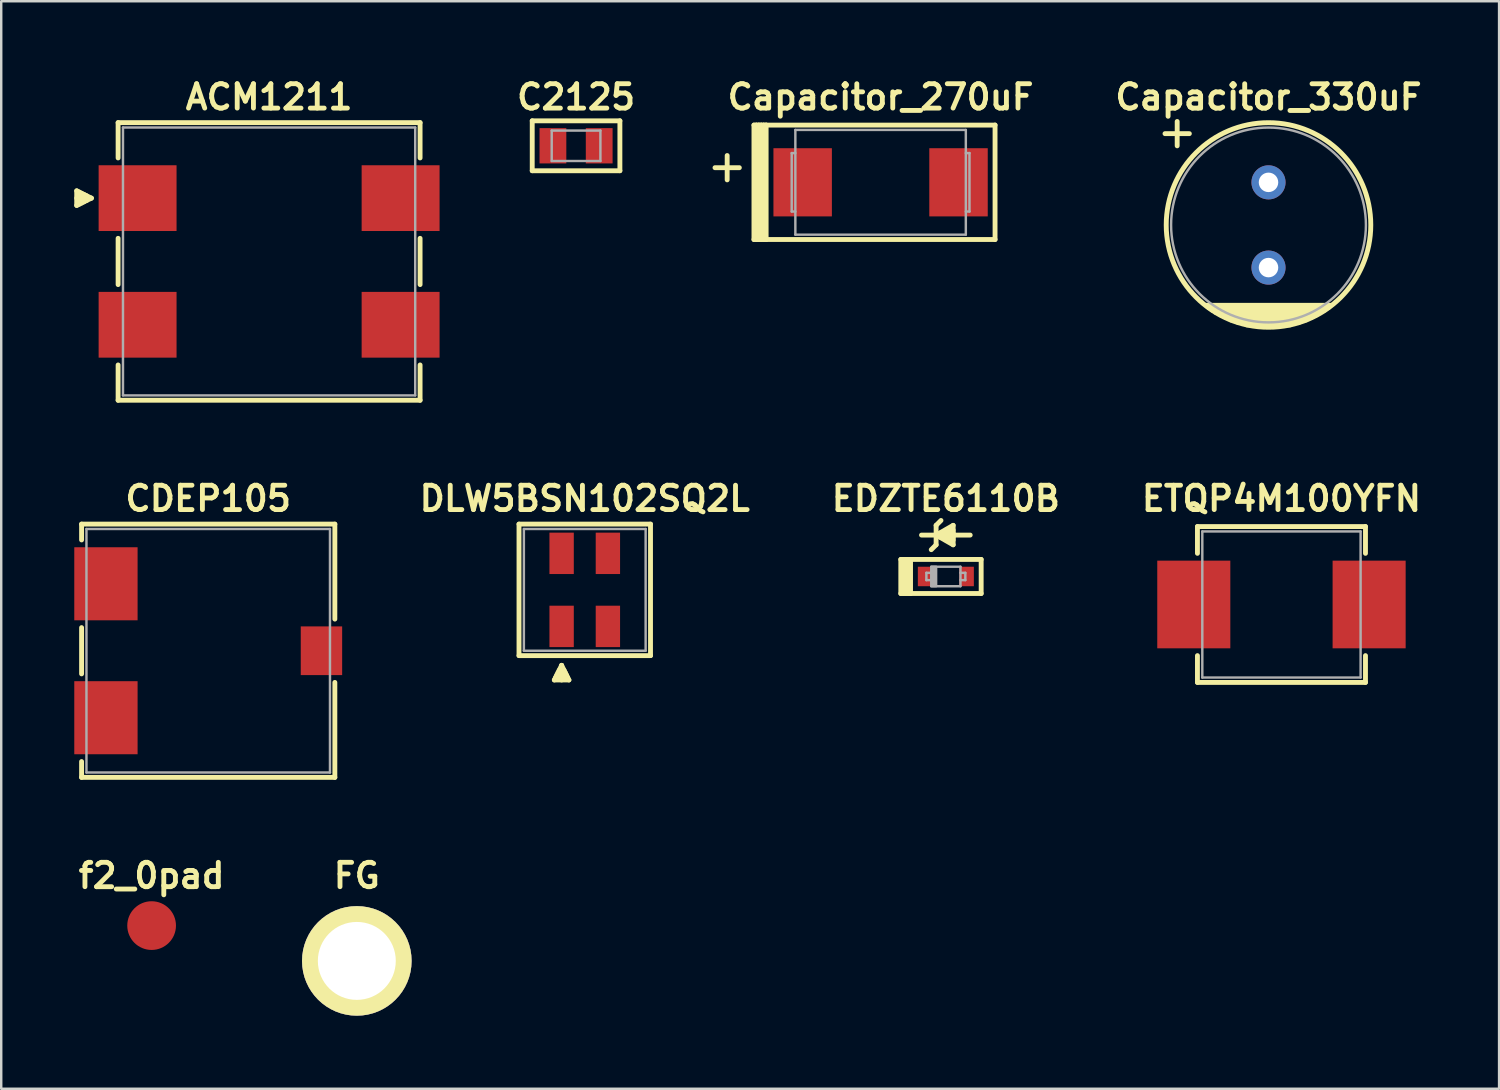
<source format=kicad_pcb>
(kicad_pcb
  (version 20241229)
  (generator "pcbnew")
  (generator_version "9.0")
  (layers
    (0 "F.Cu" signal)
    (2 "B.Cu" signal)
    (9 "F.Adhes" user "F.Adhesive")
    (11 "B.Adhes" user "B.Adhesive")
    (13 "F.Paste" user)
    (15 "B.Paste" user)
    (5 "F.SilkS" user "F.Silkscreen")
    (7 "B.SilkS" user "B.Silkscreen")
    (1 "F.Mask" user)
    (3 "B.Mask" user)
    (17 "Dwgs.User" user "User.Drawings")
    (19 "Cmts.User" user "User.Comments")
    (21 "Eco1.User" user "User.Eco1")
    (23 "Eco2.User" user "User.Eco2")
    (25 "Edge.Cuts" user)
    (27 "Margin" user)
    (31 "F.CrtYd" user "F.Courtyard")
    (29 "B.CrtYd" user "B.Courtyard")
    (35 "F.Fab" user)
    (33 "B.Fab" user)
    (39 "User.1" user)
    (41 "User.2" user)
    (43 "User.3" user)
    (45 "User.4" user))
  (footprint "Capacitor_270uF"
    (layer "F.Cu")
    (at 33.11 4.436)
    (property "Reference" "Capacitor_270uF" (at 0 -3.5 0) (layer "F.SilkS") (effects (font (size 1 1) (thickness 0.2))))
    (attr through_hole)
    (fp_line (start -6.3 -0.1) (end -6.3 -1.1) (stroke (width 0.2) (type solid)) (layer "F.SilkS"))
    (fp_line (start -5.8 -0.6) (end -6.8 -0.6) (stroke (width 0.2) (type solid)) (layer "F.SilkS"))
    (fp_line (start -5.2 -2.35) (end -5.2 2.35) (stroke (width 0.2) (type solid)) (layer "F.SilkS"))
    (fp_line (start -5.2 2.35) (end -5.1 2.35) (stroke (width 0.2) (type solid)) (layer "F.SilkS"))
    (fp_line (start -5.1 -2.35) (end -5.2 -2.35) (stroke (width 0.2) (type solid)) (layer "F.SilkS"))
    (fp_line (start -5.1 -2.35) (end -5 -2.35) (stroke (width 0.2) (type solid)) (layer "F.SilkS"))
    (fp_line (start -5.1 2.35) (end -5.1 -2.35) (stroke (width 0.2) (type solid)) (layer "F.SilkS"))
    (fp_line (start -5 -2.35) (end -5 2.35) (stroke (width 0.2) (type solid)) (layer "F.SilkS"))
    (fp_line (start -5 2.35) (end -5.1 2.35) (stroke (width 0.2) (type solid)) (layer "F.SilkS"))
    (fp_line (start -5 2.35) (end -4.9 2.35) (stroke (width 0.2) (type solid)) (layer "F.SilkS"))
    (fp_line (start -4.9 -2.35) (end -5 -2.35) (stroke (width 0.2) (type solid)) (layer "F.SilkS"))
    (fp_line (start -4.9 -2.35) (end -4.8 -2.35) (stroke (width 0.2) (type solid)) (layer "F.SilkS"))
    (fp_line (start -4.9 2.35) (end -4.9 -2.35) (stroke (width 0.2) (type solid)) (layer "F.SilkS"))
    (fp_line (start -4.8 -2.35) (end -4.8 2.35) (stroke (width 0.2) (type solid)) (layer "F.SilkS"))
    (fp_line (start -4.8 2.35) (end -4.9 2.35) (stroke (width 0.2) (type solid)) (layer "F.SilkS"))
    (fp_line (start -4.7 -2.35) (end -4.8 -2.35) (stroke (width 0.2) (type solid)) (layer "F.SilkS"))
    (fp_line (start -4.7 -2.35) (end 4.7 -2.35) (stroke (width 0.2) (type solid)) (layer "F.SilkS"))
    (fp_line (start -4.7 2.35) (end -4.8 2.35) (stroke (width 0.2) (type solid)) (layer "F.SilkS"))
    (fp_line (start -4.7 2.35) (end -4.7 -2.35) (stroke (width 0.2) (type solid)) (layer "F.SilkS"))
    (fp_line (start -4.7 2.35) (end 4.7 2.35) (stroke (width 0.2) (type solid)) (layer "F.SilkS"))
    (fp_line (start 4.7 -2.35) (end 4.7 2.35) (stroke (width 0.2) (type solid)) (layer "F.SilkS"))
    (fp_line (start -3.65 -1.2) (end -3.65 1.2) (stroke (width 0.1) (type solid)) (layer "F.Fab"))
    (fp_line (start -3.65 1.2) (end -3.5 1.2) (stroke (width 0.1) (type solid)) (layer "F.Fab"))
    (fp_line (start -3.5 -2.15) (end -3.5 2.15) (stroke (width 0.1) (type solid)) (layer "F.Fab"))
    (fp_line (start -3.5 -1.2) (end -3.65 -1.2) (stroke (width 0.1) (type solid)) (layer "F.Fab"))
    (fp_line (start -3.5 2.15) (end 3.5 2.15) (stroke (width 0.1) (type solid)) (layer "F.Fab"))
    (fp_line (start 3.5 -2.15) (end -3.5 -2.15) (stroke (width 0.1) (type solid)) (layer "F.Fab"))
    (fp_line (start 3.5 -1.2) (end 3.65 -1.2) (stroke (width 0.1) (type solid)) (layer "F.Fab"))
    (fp_line (start 3.5 2.15) (end 3.5 -2.15) (stroke (width 0.1) (type solid)) (layer "F.Fab"))
    (fp_line (start 3.65 -1.2) (end 3.65 1.2) (stroke (width 0.1) (type solid)) (layer "F.Fab"))
    (fp_line (start 3.65 1.2) (end 3.5 1.2) (stroke (width 0.1) (type solid)) (layer "F.Fab"))
    (pad "1" smd rect (at -3.2 0) (size 2.4 2.8) (layers "F.Cu" "F.Mask" "F.Paste"))
    (pad "2" smd rect (at 3.2 0) (size 2.4 2.8) (layers "F.Cu" "F.Mask" "F.Paste")))
  (footprint "CDEP105"
    (layer "F.Cu")
    (at 5.5 23.672)
    (property "Reference" "CDEP105" (at 0 -6.25 0) (layer "F.SilkS") (effects (font (size 1 1) (thickness 0.2))))
    (attr through_hole)
    (fp_line (start -5.2 -5.2) (end -5.2 -4.55) (stroke (width 0.2) (type solid)) (layer "F.SilkS"))
    (fp_line (start -5.2 -5.2) (end 5.2 -5.2) (stroke (width 0.2) (type solid)) (layer "F.SilkS"))
    (fp_line (start -5.2 0.95) (end -5.2 -0.95) (stroke (width 0.2) (type solid)) (layer "F.SilkS"))
    (fp_line (start -5.2 5.2) (end -5.2 4.55) (stroke (width 0.2) (type solid)) (layer "F.SilkS"))
    (fp_line (start 5.2 -5.2) (end 5.2 -1.3) (stroke (width 0.2) (type solid)) (layer "F.SilkS"))
    (fp_line (start 5.2 1.3) (end 5.2 5.2) (stroke (width 0.2) (type solid)) (layer "F.SilkS"))
    (fp_line (start 5.2 5.2) (end -5.2 5.2) (stroke (width 0.2) (type solid)) (layer "F.SilkS"))
    (fp_line (start -5 -5) (end 5 -5) (stroke (width 0.1) (type solid)) (layer "F.Fab"))
    (fp_line (start -5 5) (end -5 -5) (stroke (width 0.1) (type solid)) (layer "F.Fab"))
    (fp_line (start 5 -5) (end 5 5) (stroke (width 0.1) (type solid)) (layer "F.Fab"))
    (fp_line (start 5 5) (end -5 5) (stroke (width 0.1) (type solid)) (layer "F.Fab"))
    (pad "1" smd rect (at -4.2 -2.75) (size 2.6 3) (layers "F.Cu" "F.Mask" "F.Paste"))
    (pad "2" smd rect (at -4.2 2.75) (size 2.6 3) (layers "F.Cu" "F.Mask" "F.Paste"))
    (pad "3" smd rect (at 4.65 0) (size 1.7 2) (layers "F.Cu" "F.Mask" "F.Paste")))
  (footprint "EDZTE6110B"
    (layer "F.Cu")
    (at 35.79 20.622)
    (property "Reference" "EDZTE6110B" (at 0 -3.2 0) (layer "F.SilkS") (effects (font (size 1 1) (thickness 0.2))))
    (attr through_hole)
    (fp_line (start -1.85 -0.7) (end -1.85 0.7) (stroke (width 0.2) (type solid)) (layer "F.SilkS"))
    (fp_line (start -1.85 -0.7) (end -1.45 -0.7) (stroke (width 0.2) (type solid)) (layer "F.SilkS"))
    (fp_line (start -1.85 0.7) (end -1.45 0.7) (stroke (width 0.2) (type solid)) (layer "F.SilkS"))
    (fp_line (start -1.75 0.7) (end -1.75 -0.7) (stroke (width 0.2) (type solid)) (layer "F.SilkS"))
    (fp_line (start -1.65 -0.7) (end -1.65 0.7) (stroke (width 0.2) (type solid)) (layer "F.SilkS"))
    (fp_line (start -1.55 -0.7) (end -1.55 0.7) (stroke (width 0.2) (type solid)) (layer "F.SilkS"))
    (fp_line (start -1.45 -0.7) (end -1.45 0.7) (stroke (width 0.2) (type solid)) (layer "F.SilkS"))
    (fp_line (start -1.45 0.7) (end 1.45 0.7) (stroke (width 0.2) (type solid)) (layer "F.SilkS"))
    (fp_line (start -0.4 -2.1) (end -0.4 -1.3) (stroke (width 0.2) (type solid)) (layer "F.SilkS"))
    (fp_line (start -0.4 -2.1) (end -0.2 -2.3) (stroke (width 0.2) (type solid)) (layer "F.SilkS"))
    (fp_line (start -0.4 -1.7) (end -1 -1.7) (stroke (width 0.2) (type solid)) (layer "F.SilkS"))
    (fp_line (start -0.4 -1.7) (end 0.3 -1.7) (stroke (width 0.2) (type solid)) (layer "F.SilkS"))
    (fp_line (start -0.4 -1.7) (end 0.3 -1.3) (stroke (width 0.2) (type solid)) (layer "F.SilkS"))
    (fp_line (start -0.4 -1.3) (end -0.6 -1.1) (stroke (width 0.2) (type solid)) (layer "F.SilkS"))
    (fp_line (start 0.3 -2.1) (end -0.4 -1.7) (stroke (width 0.2) (type solid)) (layer "F.SilkS"))
    (fp_line (start 0.3 -1.9) (end 0 -1.9) (stroke (width 0.2) (type solid)) (layer "F.SilkS"))
    (fp_line (start 0.3 -1.8) (end -0.2 -1.8) (stroke (width 0.2) (type solid)) (layer "F.SilkS"))
    (fp_line (start 0.3 -1.7) (end 1 -1.7) (stroke (width 0.2) (type solid)) (layer "F.SilkS"))
    (fp_line (start 0.3 -1.6) (end -0.2 -1.6) (stroke (width 0.2) (type solid)) (layer "F.SilkS"))
    (fp_line (start 0.3 -1.5) (end 0 -1.5) (stroke (width 0.2) (type solid)) (layer "F.SilkS"))
    (fp_line (start 0.3 -1.3) (end 0.3 -2.1) (stroke (width 0.2) (type solid)) (layer "F.SilkS"))
    (fp_line (start 1.45 -0.7) (end -1.45 -0.7) (stroke (width 0.2) (type solid)) (layer "F.SilkS"))
    (fp_line (start 1.45 0.7) (end 1.45 -0.7) (stroke (width 0.2) (type solid)) (layer "F.SilkS"))
    (fp_line (start -0.8 -0.15) (end -0.8 0.15) (stroke (width 0.1) (type solid)) (layer "F.Fab"))
    (fp_line (start -0.8 0.15) (end -0.6 0.15) (stroke (width 0.1) (type solid)) (layer "F.Fab"))
    (fp_line (start -0.6 -0.4) (end -0.6 0.4) (stroke (width 0.1) (type solid)) (layer "F.Fab"))
    (fp_line (start -0.6 -0.15) (end -0.8 -0.15) (stroke (width 0.1) (type solid)) (layer "F.Fab"))
    (fp_line (start -0.6 0.4) (end 0.6 0.4) (stroke (width 0.1) (type solid)) (layer "F.Fab"))
    (fp_line (start -0.55 0.4) (end -0.55 -0.4) (stroke (width 0.1) (type solid)) (layer "F.Fab"))
    (fp_line (start -0.5 -0.4) (end -0.5 0.4) (stroke (width 0.1) (type solid)) (layer "F.Fab"))
    (fp_line (start -0.45 0.4) (end -0.45 -0.4) (stroke (width 0.1) (type solid)) (layer "F.Fab"))
    (fp_line (start -0.4 -0.4) (end -0.4 0.4) (stroke (width 0.1) (type solid)) (layer "F.Fab"))
    (fp_line (start 0.6 -0.4) (end -0.6 -0.4) (stroke (width 0.1) (type solid)) (layer "F.Fab"))
    (fp_line (start 0.6 -0.15) (end 0.8 -0.15) (stroke (width 0.1) (type solid)) (layer "F.Fab"))
    (fp_line (start 0.6 0.4) (end 0.6 -0.4) (stroke (width 0.1) (type solid)) (layer "F.Fab"))
    (fp_line (start 0.8 -0.15) (end 0.8 0.15) (stroke (width 0.1) (type solid)) (layer "F.Fab"))
    (fp_line (start 0.8 0.15) (end 0.6 0.15) (stroke (width 0.1) (type solid)) (layer "F.Fab"))
    (pad "1" smd rect (at -0.85 0) (size 0.6 0.8) (layers "F.Cu" "F.Mask" "F.Paste"))
    (pad "2" smd rect (at 0.85 0) (size 0.6 0.8) (layers "F.Cu" "F.Mask" "F.Paste")))
  (footprint "DLW5BSN102SQ2L"
    (layer "F.Cu")
    (at 20.962 21.172)
    (property "Reference" "DLW5BSN102SQ2L" (at 0 -3.75 0) (layer "F.SilkS") (effects (font (size 1 1) (thickness 0.2))))
    (attr through_hole)
    (fp_line (start -2.7 -2.7) (end -2.7 2.7) (stroke (width 0.2) (type solid)) (layer "F.SilkS"))
    (fp_line (start -2.7 2.7) (end 2.7 2.7) (stroke (width 0.2) (type solid)) (layer "F.SilkS"))
    (fp_line (start -1.25 3.7) (end -0.65 3.7) (stroke (width 0.2) (type solid)) (layer "F.SilkS"))
    (fp_line (start -1.2 3.6) (end -0.7 3.6) (stroke (width 0.2) (type solid)) (layer "F.SilkS"))
    (fp_line (start -1.15 3.5) (end -0.75 3.5) (stroke (width 0.2) (type solid)) (layer "F.SilkS"))
    (fp_line (start -1.1 3.4) (end -0.8 3.4) (stroke (width 0.2) (type solid)) (layer "F.SilkS"))
    (fp_line (start -1.05 3.3) (end -0.85 3.3) (stroke (width 0.2) (type solid)) (layer "F.SilkS"))
    (fp_line (start -0.95 3.1) (end -1.25 3.7) (stroke (width 0.2) (type solid)) (layer "F.SilkS"))
    (fp_line (start -0.95 3.7) (end -0.95 3.1) (stroke (width 0.2) (type solid)) (layer "F.SilkS"))
    (fp_line (start -0.65 3.7) (end -0.95 3.1) (stroke (width 0.2) (type solid)) (layer "F.SilkS"))
    (fp_line (start 2.7 -2.7) (end -2.7 -2.7) (stroke (width 0.2) (type solid)) (layer "F.SilkS"))
    (fp_line (start 2.7 2.7) (end 2.7 -2.7) (stroke (width 0.2) (type solid)) (layer "F.SilkS"))
    (fp_line (start -2.5 -2.5) (end -2.5 2.5) (stroke (width 0.1) (type solid)) (layer "F.Fab"))
    (fp_line (start -2.5 2.5) (end 2.5 2.5) (stroke (width 0.1) (type solid)) (layer "F.Fab"))
    (fp_line (start 2.5 -2.5) (end -2.5 -2.5) (stroke (width 0.1) (type solid)) (layer "F.Fab"))
    (fp_line (start 2.5 2.5) (end 2.5 -2.5) (stroke (width 0.1) (type solid)) (layer "F.Fab"))
    (pad "1" smd rect (at -0.95 1.5) (size 1 1.7) (layers "F.Cu" "F.Mask"))
    (pad "2" smd rect (at 0.95 1.5) (size 1 1.7) (layers "F.Cu" "F.Mask"))
    (pad "3" smd rect (at 0.95 -1.5) (size 1 1.7) (layers "F.Cu" "F.Mask"))
    (pad "4" smd rect (at -0.95 -1.5) (size 1 1.7) (layers "F.Cu" "F.Mask")))
  (footprint "C2125"
    (layer "F.Cu")
    (at 20.605 2.936)
    (property "Reference" "C2125" (at 0 -2 0) (layer "F.SilkS") (effects (font (size 1 1) (thickness 0.2))))
    (attr through_hole)
    (fp_line (start -1.8 -1.025) (end -1.8 1.025) (stroke (width 0.2) (type solid)) (layer "F.SilkS"))
    (fp_line (start -1.8 1.025) (end 1.8 1.025) (stroke (width 0.2) (type solid)) (layer "F.SilkS"))
    (fp_line (start 1.8 -1.025) (end -1.8 -1.025) (stroke (width 0.2) (type solid)) (layer "F.SilkS"))
    (fp_line (start 1.8 1.025) (end 1.8 -1.025) (stroke (width 0.2) (type solid)) (layer "F.SilkS"))
    (fp_line (start -1 -0.625) (end -1 0.625) (stroke (width 0.1) (type solid)) (layer "F.Fab"))
    (fp_line (start -1 0.625) (end 1 0.625) (stroke (width 0.1) (type solid)) (layer "F.Fab"))
    (fp_line (start 1 -0.625) (end -1 -0.625) (stroke (width 0.1) (type solid)) (layer "F.Fab"))
    (fp_line (start 1 0.625) (end 1 -0.625) (stroke (width 0.1) (type solid)) (layer "F.Fab"))
    (pad "1" smd rect (at -0.95 0) (size 1.1 1.45) (layers "F.Cu" "F.Mask" "F.Paste"))
    (pad "2" smd rect (at 0.95 0) (size 1.1 1.45) (layers "F.Cu" "F.Mask" "F.Paste")))
  (footprint "ETQP4M100YFN"
    (placed yes)
    (layer "F.Cu")
    (at 49.571 21.772)
    (property "Reference" "ETQP4M100YFN" (at 0 -4.35 0) (layer "F.SilkS") (effects (font (size 1 1) (thickness 0.2))))
    (attr through_hole)
    (fp_line (start -3.45 -3.2) (end -3.45 -2.1) (stroke (width 0.2) (type solid)) (layer "F.SilkS"))
    (fp_line (start -3.45 3.2) (end -3.45 2.1) (stroke (width 0.2) (type solid)) (layer "F.SilkS"))
    (fp_line (start -3.45 3.2) (end 3.45 3.2) (stroke (width 0.2) (type solid)) (layer "F.SilkS"))
    (fp_line (start 3.45 -3.2) (end -3.45 -3.2) (stroke (width 0.2) (type solid)) (layer "F.SilkS"))
    (fp_line (start 3.45 -3.2) (end 3.45 -2.1) (stroke (width 0.2) (type solid)) (layer "F.SilkS"))
    (fp_line (start 3.45 3.2) (end 3.45 2.1) (stroke (width 0.2) (type solid)) (layer "F.SilkS"))
    (fp_line (start -3.25 -3) (end -3.25 3) (stroke (width 0.1) (type solid)) (layer "F.Fab"))
    (fp_line (start -3.25 3) (end 3.25 3) (stroke (width 0.1) (type solid)) (layer "F.Fab"))
    (fp_line (start 3.25 -3) (end -3.25 -3) (stroke (width 0.1) (type solid)) (layer "F.Fab"))
    (fp_line (start 3.25 3) (end 3.25 -3) (stroke (width 0.1) (type solid)) (layer "F.Fab"))
    (pad "1" smd rect (at -3.6 0) (size 3 3.6) (layers "F.Cu" "F.Mask" "F.Paste"))
    (pad "2" smd rect (at 3.6 0) (size 3 3.6) (layers "F.Cu" "F.Mask" "F.Paste")))
  (footprint "Capacitor_330uF"
    (layer "F.Cu")
    (at 49.039 6.188)
    (property "Reference" "Capacitor_330uF" (at 0 -5.25 0) (layer "F.SilkS") (effects (font (size 1.001 1.001) (thickness 0.201))))
    (attr through_hole)
    (fp_line (start -4.25 -3.75) (end -3.25 -3.75) (stroke (width 0.2) (type solid)) (layer "F.SilkS"))
    (fp_line (start -3.75 -4.25) (end -3.75 -3.25) (stroke (width 0.2) (type solid)) (layer "F.SilkS"))
    (fp_line (start -2.55 3.3) (end 2.55 3.3) (stroke (width 0.2) (type solid)) (layer "F.SilkS"))
    (fp_line (start -2.45 3.4) (end 2.45 3.4) (stroke (width 0.2) (type solid)) (layer "F.SilkS"))
    (fp_line (start -2.3 3.5) (end 2.3 3.5) (stroke (width 0.2) (type solid)) (layer "F.SilkS"))
    (fp_line (start -2.15 3.6) (end 2.1 3.6) (stroke (width 0.2) (type solid)) (layer "F.SilkS"))
    (fp_line (start -1.95 3.7) (end 1.95 3.7) (stroke (width 0.2) (type solid)) (layer "F.SilkS"))
    (fp_line (start -1.75 3.8) (end 1.75 3.8) (stroke (width 0.2) (type solid)) (layer "F.SilkS"))
    (fp_line (start -1.55 3.9) (end 1.55 3.9) (stroke (width 0.2) (type solid)) (layer "F.SilkS"))
    (fp_line (start -1.25 4) (end 1.25 4) (stroke (width 0.2) (type solid)) (layer "F.SilkS"))
    (fp_line (start -0.9 4.1) (end 0.9 4.1) (stroke (width 0.2) (type solid)) (layer "F.SilkS"))
    (fp_circle (center 0 0) (end 0 4.2) (stroke (width 0.201) (type solid)) (fill no) (layer "F.SilkS"))
    (fp_circle (center 0 0) (end 4 0) (stroke (width 0.1) (type solid)) (fill no) (layer "F.Fab"))
    (pad "1" thru_hole circle (at 0 -1.75) (size 1.4 1.4) (drill 0.8) (layers "*.Cu" "*.Mask"))
    (pad "2" thru_hole circle (at 0 1.75) (size 1.4 1.4) (drill 0.8) (layers "*.Cu" "*.Mask")))
  (footprint "ACM1211"
    (layer "F.Cu")
    (at 8 7.686)
    (property "Reference" "ACM1211" (at 0 -6.75 0) (layer "F.SilkS") (effects (font (size 1 1) (thickness 0.2))))
    (attr through_hole)
    (fp_line (start -7.9 -2.9) (end -7.9 -2.3) (stroke (width 0.2) (type solid)) (layer "F.SilkS"))
    (fp_line (start -7.9 -2.3) (end -7.3 -2.6) (stroke (width 0.2) (type solid)) (layer "F.SilkS"))
    (fp_line (start -7.8 -2.35) (end -7.8 -2.85) (stroke (width 0.2) (type solid)) (layer "F.SilkS"))
    (fp_line (start -7.7 -2.8) (end -7.7 -2.4) (stroke (width 0.2) (type solid)) (layer "F.SilkS"))
    (fp_line (start -7.6 -2.45) (end -7.6 -2.75) (stroke (width 0.2) (type solid)) (layer "F.SilkS"))
    (fp_line (start -7.5 -2.7) (end -7.5 -2.5) (stroke (width 0.2) (type solid)) (layer "F.SilkS"))
    (fp_line (start -7.3 -2.6) (end -7.9 -2.9) (stroke (width 0.2) (type solid)) (layer "F.SilkS"))
    (fp_line (start -7.3 -2.6) (end -7.9 -2.6) (stroke (width 0.2) (type solid)) (layer "F.SilkS"))
    (fp_line (start -6.2 -5.7) (end -6.2 -4.25) (stroke (width 0.2) (type solid)) (layer "F.SilkS"))
    (fp_line (start -6.2 -5.7) (end 6.2 -5.7) (stroke (width 0.2) (type solid)) (layer "F.SilkS"))
    (fp_line (start -6.2 -0.95) (end -6.2 0.95) (stroke (width 0.2) (type solid)) (layer "F.SilkS"))
    (fp_line (start -6.2 5.7) (end -6.2 4.25) (stroke (width 0.2) (type solid)) (layer "F.SilkS"))
    (fp_line (start -6.2 5.7) (end 6.2 5.7) (stroke (width 0.2) (type solid)) (layer "F.SilkS"))
    (fp_line (start 6.2 -5.7) (end 6.2 -4.25) (stroke (width 0.2) (type solid)) (layer "F.SilkS"))
    (fp_line (start 6.2 -0.95) (end 6.2 0.95) (stroke (width 0.2) (type solid)) (layer "F.SilkS"))
    (fp_line (start 6.2 4.25) (end 6.2 5.7) (stroke (width 0.2) (type solid)) (layer "F.SilkS"))
    (fp_line (start -6 -5.5) (end 6 -5.5) (stroke (width 0.1) (type solid)) (layer "F.Fab"))
    (fp_line (start -6 5.5) (end -6 -5.5) (stroke (width 0.1) (type solid)) (layer "F.Fab"))
    (fp_line (start 6 -5.5) (end 6 5.5) (stroke (width 0.1) (type solid)) (layer "F.Fab"))
    (fp_line (start 6 5.5) (end -6 5.5) (stroke (width 0.1) (type solid)) (layer "F.Fab"))
    (pad "1" smd rect (at -5.4 -2.6) (size 3.2 2.7) (layers "F.Cu" "F.Mask" "F.Paste"))
    (pad "2" smd rect (at -5.4 2.6) (size 3.2 2.7) (layers "F.Cu" "F.Mask" "F.Paste"))
    (pad "3" smd rect (at 5.4 2.6) (size 3.2 2.7) (layers "F.Cu" "F.Mask" "F.Paste"))
    (pad "4" smd rect (at 5.4 -2.6) (size 3.2 2.7) (layers "F.Cu" "F.Mask" "F.Paste")))
  (footprint "FG"
    (layer "F.Cu")
    (at 11.602 36.408)
    (property "Reference" "FG" (at 0 -3.5 0) (layer "F.SilkS") (effects (font (size 1 1) (thickness 0.2))))
    (attr through_hole)
    (pad "1" thru_hole circle (at 0 0) (size 4.5 4.5) (drill 3.2) (layers "*.Cu" "*.Mask" "F.SilkS")))
  (footprint "f2_0pad"
    (layer "F.Cu")
    (at 3.176 34.958)
    (property "Reference" "f2_0pad" (at 0 -2.05 0) (layer "F.SilkS") (effects (font (size 1 1) (thickness 0.2))))
    (attr through_hole)
    (pad "1" smd circle (at 0 0) (size 2 2) (layers "F.Cu" "F.Mask" "F.Paste")))
  (gr_rect
    (start -3 -3)
    (end 58.507 41.658)
    (stroke (width 0.1) (type default))
    (fill no)
    (layer "Edge.Cuts")))
</source>
